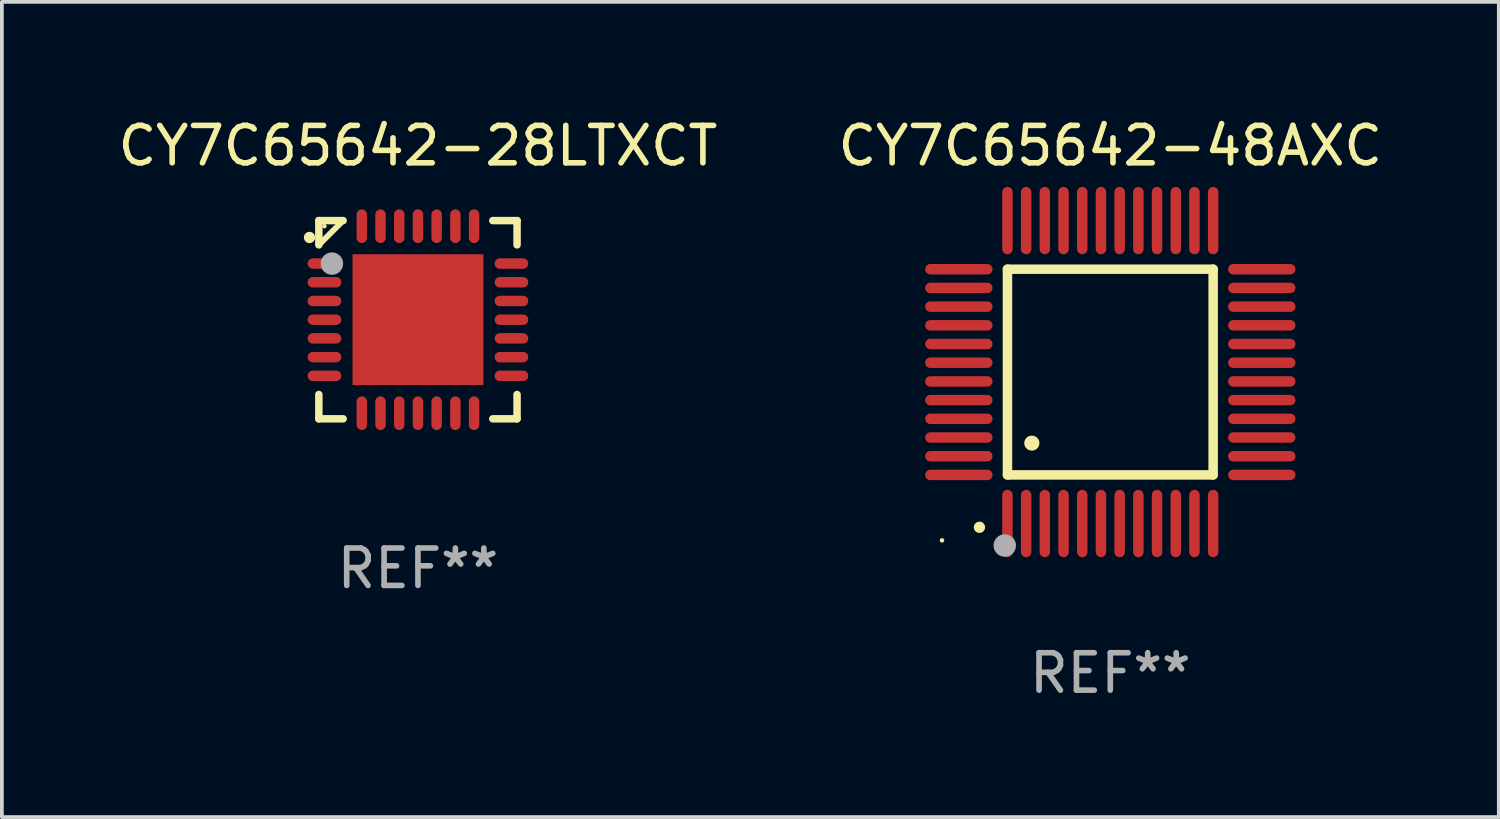
<source format=kicad_pcb>
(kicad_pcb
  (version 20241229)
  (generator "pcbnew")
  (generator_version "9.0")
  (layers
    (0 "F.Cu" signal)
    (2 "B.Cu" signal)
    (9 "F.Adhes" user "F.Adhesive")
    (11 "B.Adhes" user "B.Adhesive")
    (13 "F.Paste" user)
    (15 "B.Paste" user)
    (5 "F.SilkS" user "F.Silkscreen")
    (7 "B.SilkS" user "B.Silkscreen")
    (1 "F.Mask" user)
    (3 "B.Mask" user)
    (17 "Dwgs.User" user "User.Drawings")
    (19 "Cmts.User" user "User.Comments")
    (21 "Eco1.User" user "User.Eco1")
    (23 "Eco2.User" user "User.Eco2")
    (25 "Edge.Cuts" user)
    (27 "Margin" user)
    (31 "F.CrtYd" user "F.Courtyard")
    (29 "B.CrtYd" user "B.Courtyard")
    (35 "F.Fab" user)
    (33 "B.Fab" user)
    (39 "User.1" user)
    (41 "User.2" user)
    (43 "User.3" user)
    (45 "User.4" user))
  (footprint "CY7C65642-28LTXCT"
    (layer "F.Cu")
    (at 8.125 5.498)
    (property "Reference" "CY7C65642-28LTXCT" (at 0 -4.65 0) (layer "F.SilkS") (effects (font (size 1 1) (thickness 0.15))))
    (attr through_hole)
    (fp_line (start -2.65 -2.65) (end -2 -2.65) (stroke (width 0.2) (type solid)) (layer "F.SilkS"))
    (fp_line (start -2.65 -2) (end -2.65 -2.65) (stroke (width 0.2) (type solid)) (layer "F.SilkS"))
    (fp_line (start -2.65 -2) (end -2.65 -2) (stroke (width 0.154) (type solid)) (layer "F.SilkS"))
    (fp_line (start -2.65 -2) (end -2 -2.65) (stroke (width 0.154) (type solid)) (layer "F.SilkS"))
    (fp_line (start -2.65 2) (end -2.65 2.65) (stroke (width 0.2) (type solid)) (layer "F.SilkS"))
    (fp_line (start -2.65 2.65) (end -2 2.65) (stroke (width 0.2) (type solid)) (layer "F.SilkS"))
    (fp_line (start 2 2.65) (end 2.65 2.65) (stroke (width 0.2) (type solid)) (layer "F.SilkS"))
    (fp_line (start 2.65 -2.65) (end 2 -2.65) (stroke (width 0.2) (type solid)) (layer "F.SilkS"))
    (fp_line (start 2.65 -2) (end 2.65 -2.65) (stroke (width 0.2) (type solid)) (layer "F.SilkS"))
    (fp_line (start 2.65 2.65) (end 2.65 2) (stroke (width 0.2) (type solid)) (layer "F.SilkS"))
    (fp_arc (start -2.899975 -2.197435) (mid -2.89998 -2.198705) (end -2.899975 -2.199975) (stroke (width 0.3) (type solid)) (layer "F.SilkS"))
    (fp_circle (center -2.5 -2.5) (end -2.47 -2.5) (stroke (width 0.06) (type solid)) (fill no) (layer "F.SilkS"))
    (fp_circle (center -2.3 -1.5) (end -2.15 -1.5) (stroke (width 0.3) (type solid)) (fill no) (layer "F.Fab"))
    (fp_text user "REF**" (at 0 6.65 0) (layer "F.Fab") (effects (font (size 1 1) (thickness 0.15))))
    (pad "1" smd oval (at -2.5 -1.501 90) (size 0.28 0.9) (layers "F.Cu" "F.Mask" "F.Paste"))
    (pad "2" smd oval (at -2.5 -1.001 90) (size 0.28 0.9) (layers "F.Cu" "F.Mask" "F.Paste"))
    (pad "3" smd oval (at -2.5 -0.5 90) (size 0.28 0.9) (layers "F.Cu" "F.Mask" "F.Paste"))
    (pad "4" smd oval (at -2.5 -0.000102 90) (size 0.28 0.9) (layers "F.Cu" "F.Mask" "F.Paste"))
    (pad "5" smd oval (at -2.5 0.5 90) (size 0.28 0.9) (layers "F.Cu" "F.Mask" "F.Paste"))
    (pad "6" smd oval (at -2.5 1.001 90) (size 0.28 0.9) (layers "F.Cu" "F.Mask" "F.Paste"))
    (pad "7" smd oval (at -2.5 1.501 90) (size 0.28 0.9) (layers "F.Cu" "F.Mask" "F.Paste"))
    (pad "8" smd oval (at -1.501 2.5) (size 0.28 0.9) (layers "F.Cu" "F.Mask" "F.Paste"))
    (pad "9" smd oval (at -1.001 2.5) (size 0.28 0.9) (layers "F.Cu" "F.Mask" "F.Paste"))
    (pad "10" smd oval (at -0.5 2.5) (size 0.28 0.9) (layers "F.Cu" "F.Mask" "F.Paste"))
    (pad "11" smd oval (at -0.000102 2.5) (size 0.28 0.9) (layers "F.Cu" "F.Mask" "F.Paste"))
    (pad "12" smd oval (at 0.5 2.5) (size 0.28 0.9) (layers "F.Cu" "F.Mask" "F.Paste"))
    (pad "13" smd oval (at 1.001 2.5) (size 0.28 0.9) (layers "F.Cu" "F.Mask" "F.Paste"))
    (pad "14" smd oval (at 1.501 2.5) (size 0.28 0.9) (layers "F.Cu" "F.Mask" "F.Paste"))
    (pad "15" smd oval (at 2.5 1.501 90) (size 0.28 0.9) (layers "F.Cu" "F.Mask" "F.Paste"))
    (pad "16" smd oval (at 2.5 1.001 90) (size 0.28 0.9) (layers "F.Cu" "F.Mask" "F.Paste"))
    (pad "17" smd oval (at 2.5 0.5 90) (size 0.28 0.9) (layers "F.Cu" "F.Mask" "F.Paste"))
    (pad "18" smd oval (at 2.5 -0.000102 90) (size 0.28 0.9) (layers "F.Cu" "F.Mask" "F.Paste"))
    (pad "19" smd oval (at 2.5 -0.5 90) (size 0.28 0.9) (layers "F.Cu" "F.Mask" "F.Paste"))
    (pad "20" smd oval (at 2.5 -1.001 90) (size 0.28 0.9) (layers "F.Cu" "F.Mask" "F.Paste"))
    (pad "21" smd oval (at 2.5 -1.501 90) (size 0.28 0.9) (layers "F.Cu" "F.Mask" "F.Paste"))
    (pad "22" smd oval (at 1.501 -2.5) (size 0.28 0.9) (layers "F.Cu" "F.Mask" "F.Paste"))
    (pad "23" smd oval (at 1.001 -2.5) (size 0.28 0.9) (layers "F.Cu" "F.Mask" "F.Paste"))
    (pad "24" smd oval (at 0.5 -2.5) (size 0.28 0.9) (layers "F.Cu" "F.Mask" "F.Paste"))
    (pad "25" smd oval (at -0.000102 -2.5) (size 0.28 0.9) (layers "F.Cu" "F.Mask" "F.Paste"))
    (pad "26" smd oval (at -0.5 -2.5) (size 0.28 0.9) (layers "F.Cu" "F.Mask" "F.Paste"))
    (pad "27" smd oval (at -1.001 -2.5) (size 0.28 0.9) (layers "F.Cu" "F.Mask" "F.Paste"))
    (pad "28" smd oval (at -1.501 -2.5) (size 0.28 0.9) (layers "F.Cu" "F.Mask" "F.Paste"))
    (pad "29" smd rect (at -0.000102 -0.000102) (size 3.5 3.5) (layers "F.Cu" "F.Mask" "F.Paste")))
  (footprint "CY7C65642-48AXC"
    (layer "F.Cu")
    (at 26.637 6.898)
    (property "Reference" "CY7C65642-48AXC" (at 0 -6.05 0) (layer "F.SilkS") (effects (font (size 1 1) (thickness 0.15))))
    (attr through_hole)
    (fp_line (start -2.75 -2.75) (end 2.75 -2.75) (stroke (width 0.254) (type solid)) (layer "F.SilkS"))
    (fp_line (start -2.75 2.75) (end -2.75 -2.75) (stroke (width 0.254) (type solid)) (layer "F.SilkS"))
    (fp_line (start 2.75 -2.75) (end 2.75 2.75) (stroke (width 0.254) (type solid)) (layer "F.SilkS"))
    (fp_line (start 2.75 2.75) (end -2.75 2.75) (stroke (width 0.254) (type solid)) (layer "F.SilkS"))
    (fp_arc (start -3.500127 4.150368) (mid -3.498857 4.150363) (end -3.497587 4.150368) (stroke (width 0.3) (type solid)) (layer "F.SilkS"))
    (fp_arc (start -2.100584 1.899924) (mid -2.098044 1.899908) (end -2.095504 1.899924) (stroke (width 0.4) (type solid)) (layer "F.SilkS"))
    (fp_circle (center -4.5 4.5) (end -4.47 4.5) (stroke (width 0.06) (type solid)) (fill no) (layer "F.SilkS"))
    (fp_circle (center -2.822 4.638) (end -2.672 4.638) (stroke (width 0.3) (type solid)) (fill no) (layer "F.Fab"))
    (fp_text user "REF**" (at 0 8.05 0) (layer "F.Fab") (effects (font (size 1 1) (thickness 0.15))))
    (pad "1" smd oval (at -2.75 4.05) (size 0.28 1.8) (layers "F.Cu" "F.Mask" "F.Paste"))
    (pad "2" smd oval (at -2.25 4.05) (size 0.28 1.8) (layers "F.Cu" "F.Mask" "F.Paste"))
    (pad "3" smd oval (at -1.75 4.05) (size 0.28 1.8) (layers "F.Cu" "F.Mask" "F.Paste"))
    (pad "4" smd oval (at -1.25 4.05) (size 0.28 1.8) (layers "F.Cu" "F.Mask" "F.Paste"))
    (pad "5" smd oval (at -0.75 4.05) (size 0.28 1.8) (layers "F.Cu" "F.Mask" "F.Paste"))
    (pad "6" smd oval (at -0.25 4.05) (size 0.28 1.8) (layers "F.Cu" "F.Mask" "F.Paste"))
    (pad "7" smd oval (at 0.25 4.05) (size 0.28 1.8) (layers "F.Cu" "F.Mask" "F.Paste"))
    (pad "8" smd oval (at 0.75 4.05) (size 0.28 1.8) (layers "F.Cu" "F.Mask" "F.Paste"))
    (pad "9" smd oval (at 1.25 4.05) (size 0.28 1.8) (layers "F.Cu" "F.Mask" "F.Paste"))
    (pad "10" smd oval (at 1.75 4.05) (size 0.28 1.8) (layers "F.Cu" "F.Mask" "F.Paste"))
    (pad "11" smd oval (at 2.25 4.05) (size 0.28 1.8) (layers "F.Cu" "F.Mask" "F.Paste"))
    (pad "12" smd oval (at 2.75 4.05) (size 0.28 1.8) (layers "F.Cu" "F.Mask" "F.Paste"))
    (pad "13" smd oval (at 4.05 2.75) (size 1.8 0.28) (layers "F.Cu" "F.Mask" "F.Paste"))
    (pad "14" smd oval (at 4.05 2.25) (size 1.8 0.28) (layers "F.Cu" "F.Mask" "F.Paste"))
    (pad "15" smd oval (at 4.05 1.75) (size 1.8 0.28) (layers "F.Cu" "F.Mask" "F.Paste"))
    (pad "16" smd oval (at 4.05 1.25) (size 1.8 0.28) (layers "F.Cu" "F.Mask" "F.Paste"))
    (pad "17" smd oval (at 4.05 0.75) (size 1.8 0.28) (layers "F.Cu" "F.Mask" "F.Paste"))
    (pad "18" smd oval (at 4.05 0.25) (size 1.8 0.28) (layers "F.Cu" "F.Mask" "F.Paste"))
    (pad "19" smd oval (at 4.05 -0.25) (size 1.8 0.28) (layers "F.Cu" "F.Mask" "F.Paste"))
    (pad "20" smd oval (at 4.05 -0.75) (size 1.8 0.28) (layers "F.Cu" "F.Mask" "F.Paste"))
    (pad "21" smd oval (at 4.05 -1.25) (size 1.8 0.28) (layers "F.Cu" "F.Mask" "F.Paste"))
    (pad "22" smd oval (at 4.05 -1.75) (size 1.8 0.28) (layers "F.Cu" "F.Mask" "F.Paste"))
    (pad "23" smd oval (at 4.05 -2.25) (size 1.8 0.28) (layers "F.Cu" "F.Mask" "F.Paste"))
    (pad "24" smd oval (at 4.05 -2.75) (size 1.8 0.28) (layers "F.Cu" "F.Mask" "F.Paste"))
    (pad "25" smd oval (at 2.75 -4.05) (size 0.28 1.8) (layers "F.Cu" "F.Mask" "F.Paste"))
    (pad "26" smd oval (at 2.25 -4.05) (size 0.28 1.8) (layers "F.Cu" "F.Mask" "F.Paste"))
    (pad "27" smd oval (at 1.75 -4.05) (size 0.28 1.8) (layers "F.Cu" "F.Mask" "F.Paste"))
    (pad "28" smd oval (at 1.25 -4.05) (size 0.28 1.8) (layers "F.Cu" "F.Mask" "F.Paste"))
    (pad "29" smd oval (at 0.75 -4.05) (size 0.28 1.8) (layers "F.Cu" "F.Mask" "F.Paste"))
    (pad "30" smd oval (at 0.25 -4.05) (size 0.28 1.8) (layers "F.Cu" "F.Mask" "F.Paste"))
    (pad "31" smd oval (at -0.25 -4.05) (size 0.28 1.8) (layers "F.Cu" "F.Mask" "F.Paste"))
    (pad "32" smd oval (at -0.75 -4.05) (size 0.28 1.8) (layers "F.Cu" "F.Mask" "F.Paste"))
    (pad "33" smd oval (at -1.25 -4.05) (size 0.28 1.8) (layers "F.Cu" "F.Mask" "F.Paste"))
    (pad "34" smd oval (at -1.75 -4.05) (size 0.28 1.8) (layers "F.Cu" "F.Mask" "F.Paste"))
    (pad "35" smd oval (at -2.25 -4.05) (size 0.28 1.8) (layers "F.Cu" "F.Mask" "F.Paste"))
    (pad "36" smd oval (at -2.75 -4.05) (size 0.28 1.8) (layers "F.Cu" "F.Mask" "F.Paste"))
    (pad "37" smd oval (at -4.05 -2.75) (size 1.8 0.28) (layers "F.Cu" "F.Mask" "F.Paste"))
    (pad "38" smd oval (at -4.05 -2.25) (size 1.8 0.28) (layers "F.Cu" "F.Mask" "F.Paste"))
    (pad "39" smd oval (at -4.05 -1.75) (size 1.8 0.28) (layers "F.Cu" "F.Mask" "F.Paste"))
    (pad "40" smd oval (at -4.05 -1.25) (size 1.8 0.28) (layers "F.Cu" "F.Mask" "F.Paste"))
    (pad "41" smd oval (at -4.05 -0.75) (size 1.8 0.28) (layers "F.Cu" "F.Mask" "F.Paste"))
    (pad "42" smd oval (at -4.05 -0.25) (size 1.8 0.28) (layers "F.Cu" "F.Mask" "F.Paste"))
    (pad "43" smd oval (at -4.05 0.25) (size 1.8 0.28) (layers "F.Cu" "F.Mask" "F.Paste"))
    (pad "44" smd oval (at -4.05 0.75) (size 1.8 0.28) (layers "F.Cu" "F.Mask" "F.Paste"))
    (pad "45" smd oval (at -4.05 1.25) (size 1.8 0.28) (layers "F.Cu" "F.Mask" "F.Paste"))
    (pad "46" smd oval (at -4.05 1.75) (size 1.8 0.28) (layers "F.Cu" "F.Mask" "F.Paste"))
    (pad "47" smd oval (at -4.05 2.25) (size 1.8 0.28) (layers "F.Cu" "F.Mask" "F.Paste"))
    (pad "48" smd oval (at -4.05 2.75) (size 1.8 0.28) (layers "F.Cu" "F.Mask" "F.Paste")))
  (gr_rect
    (start -3 -3)
    (end 37.024 18.797)
    (stroke (width 0.1) (type default))
    (fill no)
    (layer "Edge.Cuts")))
</source>
